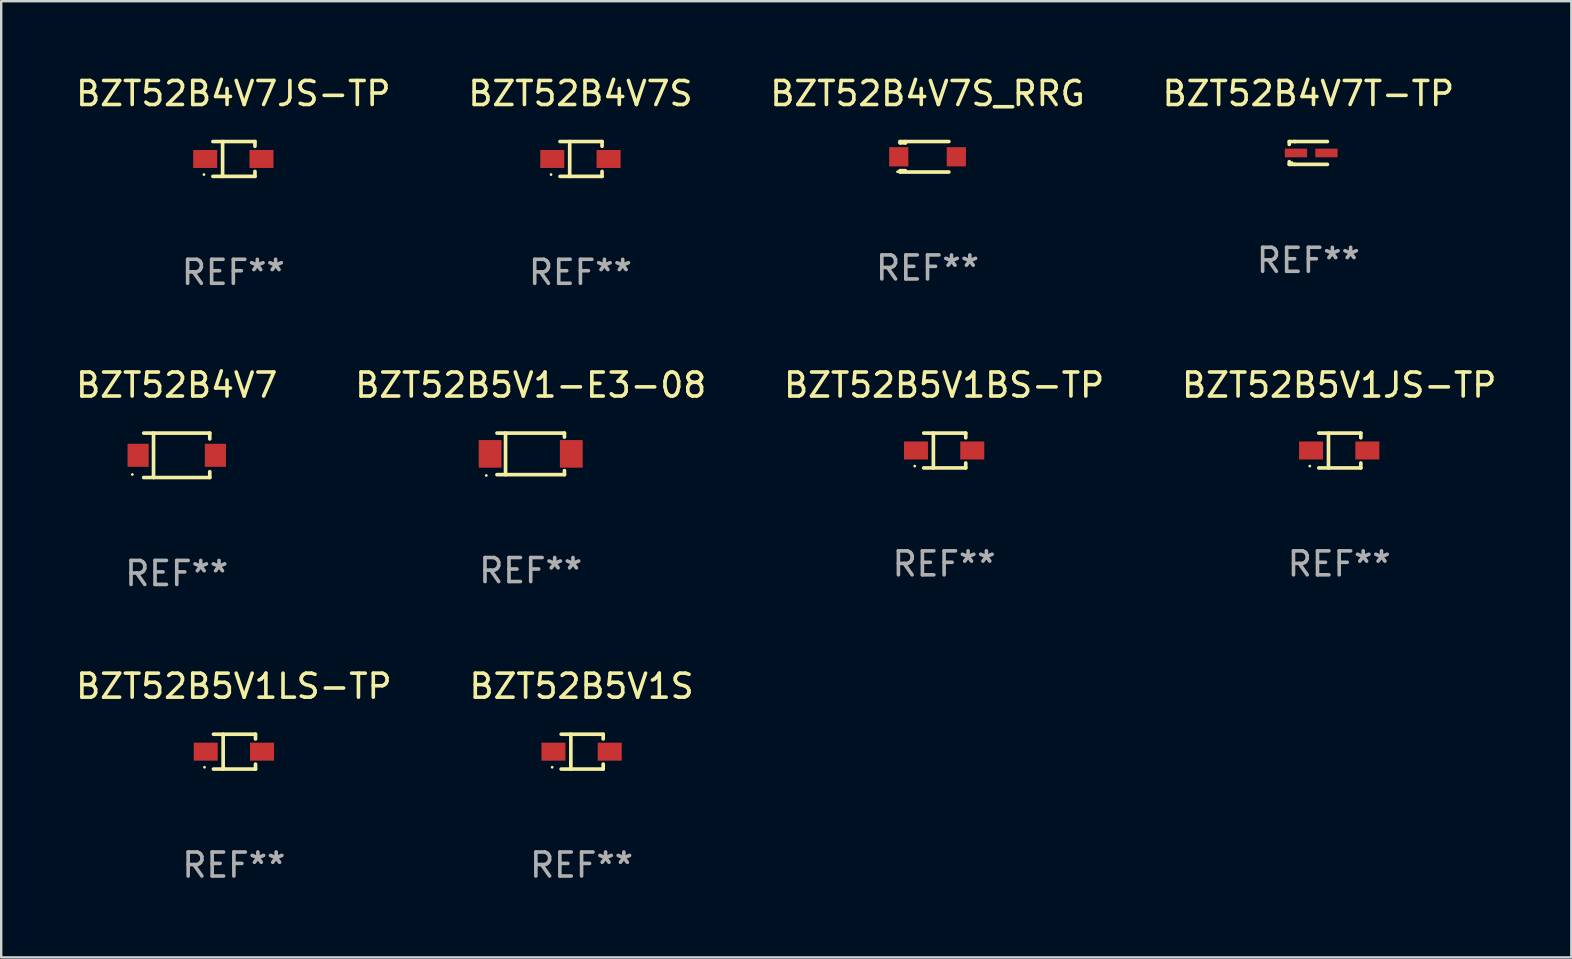
<source format=kicad_pcb>
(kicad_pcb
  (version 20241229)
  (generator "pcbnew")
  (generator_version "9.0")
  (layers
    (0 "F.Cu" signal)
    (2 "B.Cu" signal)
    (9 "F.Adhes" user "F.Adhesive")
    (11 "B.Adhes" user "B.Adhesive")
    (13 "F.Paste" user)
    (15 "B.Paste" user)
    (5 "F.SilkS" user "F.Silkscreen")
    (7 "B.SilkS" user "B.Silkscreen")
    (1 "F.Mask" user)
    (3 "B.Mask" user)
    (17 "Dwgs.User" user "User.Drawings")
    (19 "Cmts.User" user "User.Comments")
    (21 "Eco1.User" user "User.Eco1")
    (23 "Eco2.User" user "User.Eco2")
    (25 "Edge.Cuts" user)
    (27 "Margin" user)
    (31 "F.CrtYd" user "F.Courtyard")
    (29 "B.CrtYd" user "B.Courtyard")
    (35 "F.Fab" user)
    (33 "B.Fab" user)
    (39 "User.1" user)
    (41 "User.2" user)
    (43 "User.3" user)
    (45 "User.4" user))
  (footprint "BZT52B4V7JS-TP"
    (layer "F.Cu")
    (at 6.673 3.574)
    (property "Reference" "BZT52B4V7JS-TP" (at 0 -2.726 0) (layer "F.SilkS") (effects (font (size 1 1) (thickness 0.15))))
    (attr through_hole)
    (fp_line (start -0.851 -0.726) (end 0.901 -0.726) (stroke (width 0.152) (type solid)) (layer "F.SilkS"))
    (fp_line (start -0.851 0.726) (end 0.901 0.726) (stroke (width 0.152) (type solid)) (layer "F.SilkS"))
    (fp_line (start -0.447 -0.726) (end -0.447 0.726) (stroke (width 0.152) (type solid)) (layer "F.SilkS"))
    (fp_line (start 0.901 -0.726) (end 0.901 -0.53) (stroke (width 0.152) (type solid)) (layer "F.SilkS"))
    (fp_line (start 0.901 0.726) (end 0.901 0.52) (stroke (width 0.152) (type solid)) (layer "F.SilkS"))
    (fp_circle (center -1.225 0.65) (end -1.195 0.65) (stroke (width 0.06) (type solid)) (fill no) (layer "F.SilkS"))
    (fp_text user "REF**" (at 0 4.726 0) (layer "F.Fab") (effects (font (size 1 1) (thickness 0.15))))
    (pad "1" smd rect (at -1.173 0) (size 1 0.75) (layers "F.Cu" "F.Mask" "F.Paste"))
    (pad "2" smd rect (at 1.173 0) (size 1 0.75) (layers "F.Cu" "F.Mask" "F.Paste")))
  (footprint "BZT52B5V1S"
    (layer "F.Cu")
    (at 21.185 28.272)
    (property "Reference" "BZT52B5V1S" (at 0 -2.726 0) (layer "F.SilkS") (effects (font (size 1 1) (thickness 0.15))))
    (attr through_hole)
    (fp_line (start -0.851 -0.726) (end 0.901 -0.726) (stroke (width 0.152) (type solid)) (layer "F.SilkS"))
    (fp_line (start -0.851 0.726) (end 0.901 0.726) (stroke (width 0.152) (type solid)) (layer "F.SilkS"))
    (fp_line (start -0.447 -0.726) (end -0.447 0.726) (stroke (width 0.152) (type solid)) (layer "F.SilkS"))
    (fp_line (start 0.901 -0.726) (end 0.901 -0.53) (stroke (width 0.152) (type solid)) (layer "F.SilkS"))
    (fp_line (start 0.901 0.726) (end 0.901 0.52) (stroke (width 0.152) (type solid)) (layer "F.SilkS"))
    (fp_circle (center -1.225 0.65) (end -1.195 0.65) (stroke (width 0.06) (type solid)) (fill no) (layer "F.SilkS"))
    (fp_text user "REF**" (at 0 4.726 0) (layer "F.Fab") (effects (font (size 1 1) (thickness 0.15))))
    (pad "1" smd rect (at -1.173 0) (size 1 0.75) (layers "F.Cu" "F.Mask" "F.Paste"))
    (pad "2" smd rect (at 1.173 0) (size 1 0.75) (layers "F.Cu" "F.Mask" "F.Paste")))
  (footprint "BZT52B4V7S_RRG"
    (layer "F.Cu")
    (at 35.601 3.483)
    (property "Reference" "BZT52B4V7S_RRG" (at 0 -2.635 0) (layer "F.SilkS") (effects (font (size 1 1) (thickness 0.15))))
    (attr through_hole)
    (fp_line (start -1.143 -0.635) (end -1.143 -0.58) (stroke (width 0.152) (type solid)) (layer "F.SilkS"))
    (fp_line (start -1.143 -0.58) (end -0.922 -0.58) (stroke (width 0.152) (type solid)) (layer "F.SilkS"))
    (fp_line (start -1.143 0.58) (end -1.143 0.635) (stroke (width 0.152) (type solid)) (layer "F.SilkS"))
    (fp_line (start -1.143 0.58) (end -0.922 0.58) (stroke (width 0.152) (type solid)) (layer "F.SilkS"))
    (fp_line (start -1.143 0.635) (end 0.889 0.635) (stroke (width 0.152) (type solid)) (layer "F.SilkS"))
    (fp_line (start -0.922 -0.58) (end -0.922 -0.635) (stroke (width 0.152) (type solid)) (layer "F.SilkS"))
    (fp_line (start 0.889 -0.635) (end -1.143 -0.635) (stroke (width 0.152) (type solid)) (layer "F.SilkS"))
    (fp_circle (center -1.25 0.625) (end -1.22 0.625) (stroke (width 0.06) (type solid)) (fill no) (layer "F.SilkS"))
    (fp_text user "REF**" (at 0 4.635 0) (layer "F.Fab") (effects (font (size 1 1) (thickness 0.15))))
    (pad "1" smd rect (at -1.2 0) (size 0.8 0.8) (layers "F.Cu" "F.Mask" "F.Paste"))
    (pad "2" smd rect (at 1.2 0) (size 0.8 0.8) (layers "F.Cu" "F.Mask" "F.Paste")))
  (footprint "BZT52B5V1BS-TP"
    (layer "F.Cu")
    (at 36.292 15.723)
    (property "Reference" "BZT52B5V1BS-TP" (at 0 -2.726 0) (layer "F.SilkS") (effects (font (size 1 1) (thickness 0.15))))
    (attr through_hole)
    (fp_line (start -0.851 -0.726) (end 0.901 -0.726) (stroke (width 0.152) (type solid)) (layer "F.SilkS"))
    (fp_line (start -0.851 0.726) (end 0.901 0.726) (stroke (width 0.152) (type solid)) (layer "F.SilkS"))
    (fp_line (start -0.447 -0.726) (end -0.447 0.726) (stroke (width 0.152) (type solid)) (layer "F.SilkS"))
    (fp_line (start 0.901 -0.726) (end 0.901 -0.53) (stroke (width 0.152) (type solid)) (layer "F.SilkS"))
    (fp_line (start 0.901 0.726) (end 0.901 0.52) (stroke (width 0.152) (type solid)) (layer "F.SilkS"))
    (fp_circle (center -1.225 0.65) (end -1.195 0.65) (stroke (width 0.06) (type solid)) (fill no) (layer "F.SilkS"))
    (fp_text user "REF**" (at 0 4.726 0) (layer "F.Fab") (effects (font (size 1 1) (thickness 0.15))))
    (pad "1" smd rect (at -1.173 0) (size 1 0.75) (layers "F.Cu" "F.Mask" "F.Paste"))
    (pad "2" smd rect (at 1.173 0) (size 1 0.75) (layers "F.Cu" "F.Mask" "F.Paste")))
  (footprint "BZT52B4V7S"
    (layer "F.Cu")
    (at 21.137 3.574)
    (property "Reference" "BZT52B4V7S" (at 0 -2.726 0) (layer "F.SilkS") (effects (font (size 1 1) (thickness 0.15))))
    (attr through_hole)
    (fp_line (start -0.851 -0.726) (end 0.901 -0.726) (stroke (width 0.152) (type solid)) (layer "F.SilkS"))
    (fp_line (start -0.851 0.726) (end 0.901 0.726) (stroke (width 0.152) (type solid)) (layer "F.SilkS"))
    (fp_line (start -0.447 -0.726) (end -0.447 0.726) (stroke (width 0.152) (type solid)) (layer "F.SilkS"))
    (fp_line (start 0.901 -0.726) (end 0.901 -0.53) (stroke (width 0.152) (type solid)) (layer "F.SilkS"))
    (fp_line (start 0.901 0.726) (end 0.901 0.52) (stroke (width 0.152) (type solid)) (layer "F.SilkS"))
    (fp_circle (center -1.225 0.65) (end -1.195 0.65) (stroke (width 0.06) (type solid)) (fill no) (layer "F.SilkS"))
    (fp_text user "REF**" (at 0 4.726 0) (layer "F.Fab") (effects (font (size 1 1) (thickness 0.15))))
    (pad "1" smd rect (at -1.173 0) (size 1 0.75) (layers "F.Cu" "F.Mask" "F.Paste"))
    (pad "2" smd rect (at 1.173 0) (size 1 0.75) (layers "F.Cu" "F.Mask" "F.Paste")))
  (footprint "BZT52B4V7"
    (layer "F.Cu")
    (at 4.315 15.923)
    (property "Reference" "BZT52B4V7" (at 0 -2.926 0) (layer "F.SilkS") (effects (font (size 1 1) (thickness 0.15))))
    (attr through_hole)
    (fp_line (start -1.376 -0.926) (end 1.376 -0.926) (stroke (width 0.152) (type solid)) (layer "F.SilkS"))
    (fp_line (start -1.376 0.926) (end 1.376 0.926) (stroke (width 0.152) (type solid)) (layer "F.SilkS"))
    (fp_line (start -0.967 -0.926) (end -0.967 0.926) (stroke (width 0.152) (type solid)) (layer "F.SilkS"))
    (fp_line (start 1.376 -0.926) (end 1.376 -0.683) (stroke (width 0.152) (type solid)) (layer "F.SilkS"))
    (fp_line (start 1.376 0.926) (end 1.376 0.683) (stroke (width 0.152) (type solid)) (layer "F.SilkS"))
    (fp_circle (center -1.85 0.8) (end -1.82 0.8) (stroke (width 0.06) (type solid)) (fill no) (layer "F.SilkS"))
    (fp_text user "REF**" (at 0 4.926 0) (layer "F.Fab") (effects (font (size 1 1) (thickness 0.15))))
    (pad "1" smd rect (at -1.61 0) (size 0.88 0.96) (layers "F.Cu" "F.Mask" "F.Paste"))
    (pad "2" smd rect (at 1.61 0) (size 0.88 0.96) (layers "F.Cu" "F.Mask" "F.Paste")))
  (footprint "BZT52B4V7T-TP"
    (layer "F.Cu")
    (at 51.47 3.324)
    (property "Reference" "BZT52B4V7T-TP" (at 0 -2.476 0) (layer "F.SilkS") (effects (font (size 1 1) (thickness 0.15))))
    (attr through_hole)
    (fp_line (start -0.795 -0.476) (end -0.795 -0.356) (stroke (width 0.152) (type solid)) (layer "F.SilkS"))
    (fp_line (start -0.795 0.363) (end -0.795 0.476) (stroke (width 0.152) (type solid)) (layer "F.SilkS"))
    (fp_line (start -0.795 0.476) (end -0.557 0.476) (stroke (width 0.152) (type solid)) (layer "F.SilkS"))
    (fp_line (start -0.557 -0.476) (end -0.795 -0.476) (stroke (width 0.152) (type solid)) (layer "F.SilkS"))
    (fp_line (start -0.557 -0.476) (end 0.795 -0.476) (stroke (width 0.152) (type solid)) (layer "F.SilkS"))
    (fp_line (start -0.557 0.476) (end 0.795 0.476) (stroke (width 0.152) (type solid)) (layer "F.SilkS"))
    (fp_circle (center -0.681 0.4) (end -0.651 0.4) (stroke (width 0.06) (type solid)) (fill no) (layer "F.SilkS"))
    (fp_text user "REF**" (at 0 4.476 0) (layer "F.Fab") (effects (font (size 1 1) (thickness 0.15))))
    (pad "1" smd rect (at -0.516 0 180) (size 0.93 0.36) (layers "F.Cu" "F.Mask" "F.Paste"))
    (pad "2" smd rect (at 0.754 0 180) (size 0.93 0.36) (layers "F.Cu" "F.Mask" "F.Paste")))
  (footprint "BZT52B5V1-E3-08"
    (layer "F.Cu")
    (at 19.065 15.863)
    (property "Reference" "BZT52B5V1-E3-08" (at 0 -2.866 0) (layer "F.SilkS") (effects (font (size 1 1) (thickness 0.15))))
    (attr through_hole)
    (fp_line (start -1.406 -0.866) (end 1.406 -0.866) (stroke (width 0.152) (type solid)) (layer "F.SilkS"))
    (fp_line (start -1.406 0.866) (end 1.406 0.866) (stroke (width 0.152) (type solid)) (layer "F.SilkS"))
    (fp_line (start -1.049 -0.866) (end -1.049 0.866) (stroke (width 0.152) (type solid)) (layer "F.SilkS"))
    (fp_line (start 1.406 -0.866) (end 1.406 -0.698) (stroke (width 0.152) (type solid)) (layer "F.SilkS"))
    (fp_line (start 1.406 0.866) (end 1.406 0.698) (stroke (width 0.152) (type solid)) (layer "F.SilkS"))
    (fp_circle (center -1.851 0.9) (end -1.821 0.9) (stroke (width 0.06) (type solid)) (fill no) (layer "F.SilkS"))
    (fp_text user "REF**" (at 0 4.866 0) (layer "F.Fab") (effects (font (size 1 1) (thickness 0.15))))
    (pad "1" smd rect (at -1.692 0) (size 0.95 1.15) (layers "F.Cu" "F.Mask" "F.Paste"))
    (pad "2" smd rect (at 1.692 0) (size 0.95 1.15) (layers "F.Cu" "F.Mask" "F.Paste")))
  (footprint "BZT52B5V1LS-TP"
    (layer "F.Cu")
    (at 6.696 28.272)
    (property "Reference" "BZT52B5V1LS-TP" (at 0 -2.726 0) (layer "F.SilkS") (effects (font (size 1 1) (thickness 0.15))))
    (attr through_hole)
    (fp_line (start -0.851 -0.726) (end 0.901 -0.726) (stroke (width 0.152) (type solid)) (layer "F.SilkS"))
    (fp_line (start -0.851 0.726) (end 0.901 0.726) (stroke (width 0.152) (type solid)) (layer "F.SilkS"))
    (fp_line (start -0.447 -0.726) (end -0.447 0.726) (stroke (width 0.152) (type solid)) (layer "F.SilkS"))
    (fp_line (start 0.901 -0.726) (end 0.901 -0.53) (stroke (width 0.152) (type solid)) (layer "F.SilkS"))
    (fp_line (start 0.901 0.726) (end 0.901 0.52) (stroke (width 0.152) (type solid)) (layer "F.SilkS"))
    (fp_circle (center -1.225 0.65) (end -1.195 0.65) (stroke (width 0.06) (type solid)) (fill no) (layer "F.SilkS"))
    (fp_text user "REF**" (at 0 4.726 0) (layer "F.Fab") (effects (font (size 1 1) (thickness 0.15))))
    (pad "1" smd rect (at -1.173 0) (size 1 0.75) (layers "F.Cu" "F.Mask" "F.Paste"))
    (pad "2" smd rect (at 1.173 0) (size 1 0.75) (layers "F.Cu" "F.Mask" "F.Paste")))
  (footprint "BZT52B5V1JS-TP"
    (layer "F.Cu")
    (at 52.756 15.723)
    (property "Reference" "BZT52B5V1JS-TP" (at 0 -2.726 0) (layer "F.SilkS") (effects (font (size 1 1) (thickness 0.15))))
    (attr through_hole)
    (fp_line (start -0.851 -0.726) (end 0.901 -0.726) (stroke (width 0.152) (type solid)) (layer "F.SilkS"))
    (fp_line (start -0.851 0.726) (end 0.901 0.726) (stroke (width 0.152) (type solid)) (layer "F.SilkS"))
    (fp_line (start -0.447 -0.726) (end -0.447 0.726) (stroke (width 0.152) (type solid)) (layer "F.SilkS"))
    (fp_line (start 0.901 -0.726) (end 0.901 -0.53) (stroke (width 0.152) (type solid)) (layer "F.SilkS"))
    (fp_line (start 0.901 0.726) (end 0.901 0.52) (stroke (width 0.152) (type solid)) (layer "F.SilkS"))
    (fp_circle (center -1.225 0.65) (end -1.195 0.65) (stroke (width 0.06) (type solid)) (fill no) (layer "F.SilkS"))
    (fp_text user "REF**" (at 0 4.726 0) (layer "F.Fab") (effects (font (size 1 1) (thickness 0.15))))
    (pad "1" smd rect (at -1.173 0) (size 1 0.75) (layers "F.Cu" "F.Mask" "F.Paste"))
    (pad "2" smd rect (at 1.173 0) (size 1 0.75) (layers "F.Cu" "F.Mask" "F.Paste")))
  (gr_rect
    (start -3 -3)
    (end 62.429 36.847)
    (stroke (width 0.1) (type default))
    (fill no)
    (layer "Edge.Cuts")))
</source>
